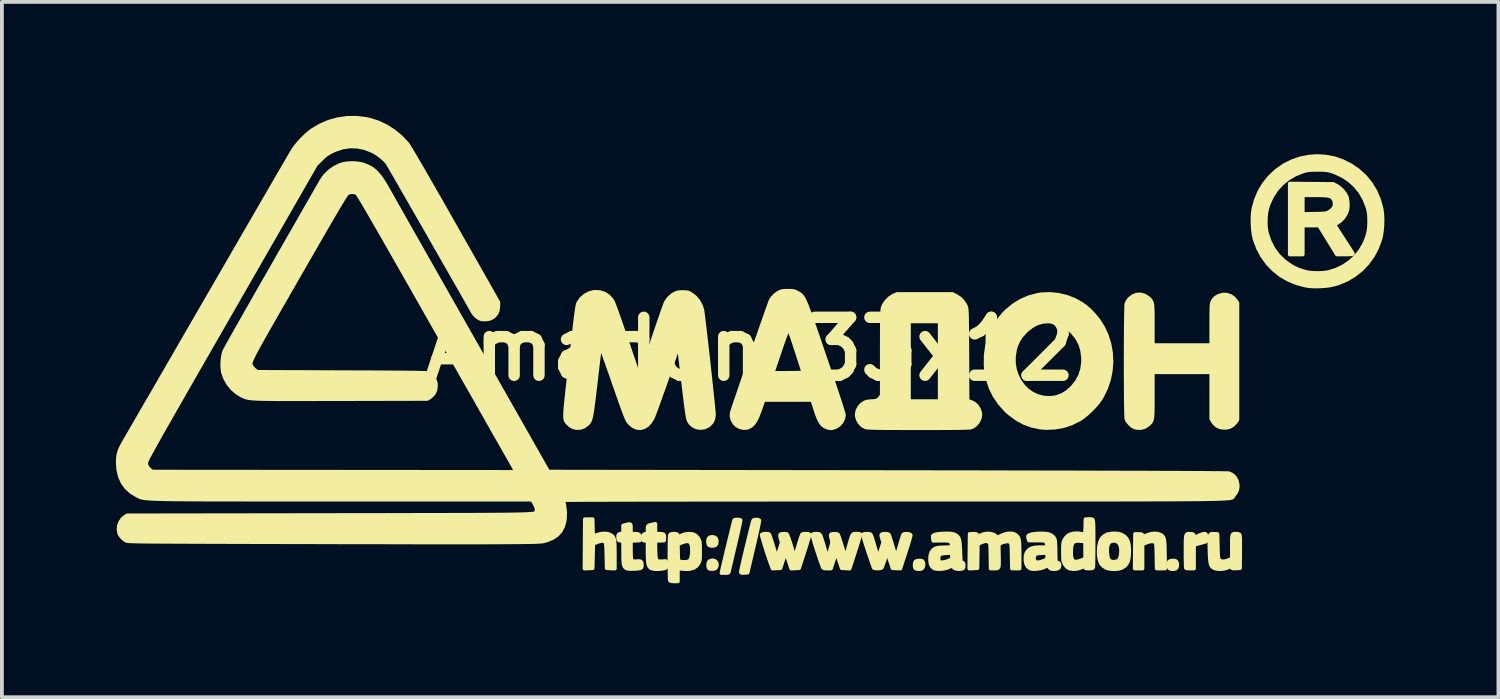
<source format=kicad_pcb>
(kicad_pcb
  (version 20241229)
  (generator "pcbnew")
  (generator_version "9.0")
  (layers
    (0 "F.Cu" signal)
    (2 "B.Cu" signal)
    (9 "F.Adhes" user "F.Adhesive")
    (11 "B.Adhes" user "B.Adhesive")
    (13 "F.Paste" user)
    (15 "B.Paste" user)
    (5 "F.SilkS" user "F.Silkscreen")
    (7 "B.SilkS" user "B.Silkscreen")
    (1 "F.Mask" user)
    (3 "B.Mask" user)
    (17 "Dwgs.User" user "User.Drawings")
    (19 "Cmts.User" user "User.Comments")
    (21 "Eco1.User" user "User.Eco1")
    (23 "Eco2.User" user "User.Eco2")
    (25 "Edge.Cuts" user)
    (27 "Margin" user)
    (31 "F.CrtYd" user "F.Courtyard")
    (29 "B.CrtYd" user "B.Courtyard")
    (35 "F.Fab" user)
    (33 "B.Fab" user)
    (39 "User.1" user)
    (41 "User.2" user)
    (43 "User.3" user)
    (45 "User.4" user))
  (footprint "Amadon_33x12"
    (layer "F.Cu")
    (at 16.684 6.135)
    (property "Reference" "Amadon_33x12" (at 0 0 0) (layer "F.SilkS") (effects (font (size 1.524 1.524) (thickness 0.3))))
    (attr through_hole)
    (fp_poly (pts (xy -0.873 5.063) (xy -0.88 5.121) (xy -0.902 5.155) (xy -0.905 5.158) (xy -0.954 5.177) (xy -1.014 5.179) (xy -1.068 5.165) (xy -1.071 5.163) (xy -1.091 5.14) (xy -1.1 5.097) (xy -1.101 5.063) (xy -1.094 5) (xy -1.07 4.963) (xy -1.023 4.946) (xy -0.986 4.945) (xy -0.925 4.956) (xy -0.888 4.991) (xy -0.873 5.05) (xy -0.873 5.063)) (stroke (width 0.1) (type solid)) (fill yes) (layer "F.SilkS"))
    (fp_poly (pts (xy 11.243 5.672) (xy 11.238 5.726) (xy 11.226 5.758) (xy 11.197 5.781) (xy 11.15 5.791) (xy 11.096 5.79) (xy 11.05 5.776) (xy 11.033 5.765) (xy 11.013 5.724) (xy 11.008 5.669) (xy 11.019 5.616) (xy 11.029 5.597) (xy 11.062 5.577) (xy 11.113 5.567) (xy 11.168 5.569) (xy 11.212 5.583) (xy 11.218 5.588) (xy 11.236 5.621) (xy 11.243 5.672)) (stroke (width 0.1) (type solid)) (fill yes) (layer "F.SilkS"))
    (fp_poly (pts (xy -0.869 5.656) (xy -0.876 5.716) (xy -0.883 5.734) (xy -0.903 5.765) (xy -0.932 5.781) (xy -0.982 5.788) (xy -0.984 5.788) (xy -1.047 5.786) (xy -1.081 5.769) (xy -1.082 5.768) (xy -1.094 5.736) (xy -1.098 5.686) (xy -1.097 5.67) (xy -1.09 5.62) (xy -1.072 5.591) (xy -1.046 5.575) (xy -0.984 5.56) (xy -0.929 5.572) (xy -0.889 5.606) (xy -0.869 5.656)) (stroke (width 0.1) (type solid)) (fill yes) (layer "F.SilkS"))
    (fp_poly (pts (xy 4.566 5.656) (xy 4.563 5.709) (xy 4.548 5.749) (xy 4.522 5.777) (xy 4.485 5.789) (xy 4.448 5.791) (xy 4.398 5.787) (xy 4.362 5.775) (xy 4.355 5.771) (xy 4.34 5.737) (xy 4.335 5.687) (xy 4.34 5.635) (xy 4.354 5.595) (xy 4.361 5.588) (xy 4.395 5.574) (xy 4.446 5.567) (xy 4.498 5.568) (xy 4.535 5.578) (xy 4.535 5.578) (xy 4.556 5.608) (xy 4.566 5.656)) (stroke (width 0.1) (type solid)) (fill yes) (layer "F.SilkS"))
    (fp_poly (pts (xy 0.247 4.511) (xy 0.245 4.532) (xy 0.236 4.582) (xy 0.221 4.658) (xy 0.2 4.757) (xy 0.174 4.873) (xy 0.144 5.005) (xy 0.111 5.148) (xy 0.097 5.209) (xy -0.062 5.884) (xy -0.15 5.889) (xy -0.202 5.891) (xy -0.228 5.886) (xy -0.237 5.871) (xy -0.237 5.864) (xy -0.234 5.839) (xy -0.223 5.785) (xy -0.206 5.708) (xy -0.184 5.612) (xy -0.158 5.5) (xy -0.129 5.378) (xy -0.099 5.25) (xy -0.067 5.119) (xy -0.036 4.991) (xy -0.006 4.869) (xy 0.021 4.758) (xy 0.046 4.662) (xy 0.066 4.586) (xy 0.08 4.534) (xy 0.088 4.509) (xy 0.089 4.508) (xy 0.117 4.494) (xy 0.16 4.488) (xy 0.206 4.49) (xy 0.239 4.502) (xy 0.247 4.511)) (stroke (width 0.1) (type solid)) (fill yes) (layer "F.SilkS"))
    (fp_poly (pts (xy -0.247 4.502) (xy -0.249 4.521) (xy -0.258 4.569) (xy -0.273 4.643) (xy -0.294 4.739) (xy -0.319 4.853) (xy -0.349 4.982) (xy -0.382 5.122) (xy -0.388 5.149) (xy -0.422 5.293) (xy -0.454 5.428) (xy -0.482 5.55) (xy -0.507 5.656) (xy -0.527 5.742) (xy -0.542 5.803) (xy -0.549 5.836) (xy -0.55 5.838) (xy -0.558 5.869) (xy -0.572 5.886) (xy -0.602 5.892) (xy -0.655 5.893) (xy -0.748 5.893) (xy -0.736 5.838) (xy -0.726 5.791) (xy -0.709 5.72) (xy -0.688 5.628) (xy -0.662 5.521) (xy -0.634 5.402) (xy -0.604 5.275) (xy -0.572 5.145) (xy -0.541 5.017) (xy -0.511 4.894) (xy -0.484 4.78) (xy -0.459 4.68) (xy -0.439 4.599) (xy -0.424 4.54) (xy -0.415 4.507) (xy -0.414 4.502) (xy -0.392 4.493) (xy -0.35 4.488) (xy -0.303 4.488) (xy -0.264 4.493) (xy -0.247 4.502)) (stroke (width 0.1) (type solid)) (fill yes) (layer "F.SilkS"))
    (fp_poly (pts (xy 12.023 4.993) (xy 12.016 5.045) (xy 11.993 5.068) (xy 11.993 5.068) (xy 11.964 5.076) (xy 11.911 5.091) (xy 11.846 5.108) (xy 11.824 5.114) (xy 11.684 5.152) (xy 11.684 5.463) (xy 11.684 5.774) (xy 11.585 5.774) (xy 11.53 5.772) (xy 11.49 5.768) (xy 11.475 5.763) (xy 11.472 5.744) (xy 11.469 5.695) (xy 11.467 5.622) (xy 11.465 5.529) (xy 11.464 5.421) (xy 11.464 5.325) (xy 11.464 5.187) (xy 11.465 5.078) (xy 11.467 4.997) (xy 11.473 4.938) (xy 11.482 4.899) (xy 11.496 4.876) (xy 11.516 4.864) (xy 11.543 4.861) (xy 11.578 4.862) (xy 11.594 4.863) (xy 11.643 4.868) (xy 11.668 4.878) (xy 11.678 4.899) (xy 11.681 4.92) (xy 11.686 4.972) (xy 11.797 4.916) (xy 11.859 4.888) (xy 11.915 4.868) (xy 11.954 4.86) (xy 11.955 4.86) (xy 11.989 4.866) (xy 12.007 4.891) (xy 12.012 4.913) (xy 12.023 4.993)) (stroke (width 0.1) (type solid)) (fill yes) (layer "F.SilkS"))
    (fp_poly (pts (xy 10.924 5.774) (xy 10.814 5.774) (xy 10.704 5.774) (xy 10.699 5.445) (xy 10.696 5.329) (xy 10.694 5.242) (xy 10.69 5.18) (xy 10.685 5.137) (xy 10.679 5.109) (xy 10.669 5.092) (xy 10.664 5.086) (xy 10.616 5.061) (xy 10.546 5.061) (xy 10.455 5.084) (xy 10.426 5.096) (xy 10.329 5.135) (xy 10.329 5.455) (xy 10.329 5.774) (xy 10.227 5.774) (xy 10.126 5.774) (xy 10.13 5.321) (xy 10.135 4.868) (xy 10.228 4.868) (xy 10.282 4.87) (xy 10.311 4.876) (xy 10.323 4.891) (xy 10.326 4.906) (xy 10.332 4.936) (xy 10.337 4.945) (xy 10.354 4.938) (xy 10.393 4.921) (xy 10.442 4.899) (xy 10.539 4.866) (xy 10.64 4.853) (xy 10.733 4.86) (xy 10.799 4.883) (xy 10.833 4.903) (xy 10.86 4.926) (xy 10.88 4.956) (xy 10.895 4.998) (xy 10.905 5.056) (xy 10.912 5.134) (xy 10.916 5.237) (xy 10.918 5.368) (xy 10.919 5.397) (xy 10.924 5.774)) (stroke (width 0.1) (type solid)) (fill yes) (layer "F.SilkS"))
    (fp_poly (pts (xy -3.556 5.776) (xy -3.662 5.771) (xy -3.768 5.766) (xy -3.776 5.43) (xy -3.779 5.314) (xy -3.782 5.228) (xy -3.786 5.166) (xy -3.791 5.124) (xy -3.797 5.097) (xy -3.806 5.081) (xy -3.817 5.07) (xy -3.817 5.07) (xy -3.862 5.05) (xy -3.92 5.051) (xy -3.996 5.072) (xy -4.03 5.085) (xy -4.123 5.123) (xy -4.132 5.444) (xy -4.14 5.766) (xy -4.246 5.771) (xy -4.352 5.776) (xy -4.348 5.127) (xy -4.343 4.479) (xy -4.242 4.479) (xy -4.14 4.479) (xy -4.135 4.703) (xy -4.133 4.786) (xy -4.131 4.855) (xy -4.129 4.904) (xy -4.127 4.927) (xy -4.127 4.928) (xy -4.111 4.922) (xy -4.072 4.907) (xy -4.03 4.891) (xy -3.933 4.864) (xy -3.835 4.854) (xy -3.744 4.862) (xy -3.673 4.887) (xy -3.638 4.91) (xy -3.61 4.935) (xy -3.59 4.968) (xy -3.575 5.011) (xy -3.565 5.071) (xy -3.56 5.151) (xy -3.557 5.256) (xy -3.556 5.389) (xy -3.556 5.407) (xy -3.556 5.776)) (stroke (width 0.1) (type solid)) (fill yes) (layer "F.SilkS"))
    (fp_poly (pts (xy -2.19 5.729) (xy -2.191 5.734) (xy -2.216 5.756) (xy -2.265 5.773) (xy -2.332 5.785) (xy -2.406 5.791) (xy -2.481 5.791) (xy -2.547 5.784) (xy -2.596 5.769) (xy -2.606 5.764) (xy -2.635 5.738) (xy -2.657 5.706) (xy -2.673 5.662) (xy -2.683 5.601) (xy -2.689 5.519) (xy -2.692 5.41) (xy -2.692 5.335) (xy -2.692 5.046) (xy -2.751 5.046) (xy -2.793 5.042) (xy -2.814 5.024) (xy -2.822 5.001) (xy -2.825 4.938) (xy -2.805 4.891) (xy -2.762 4.865) (xy -2.747 4.863) (xy -2.692 4.858) (xy -2.692 4.757) (xy -2.691 4.7) (xy -2.685 4.667) (xy -2.67 4.649) (xy -2.646 4.638) (xy -2.594 4.622) (xy -2.544 4.611) (xy -2.489 4.601) (xy -2.489 4.731) (xy -2.489 4.86) (xy -2.392 4.86) (xy -2.322 4.863) (xy -2.28 4.873) (xy -2.259 4.896) (xy -2.254 4.936) (xy -2.255 4.963) (xy -2.261 5.038) (xy -2.376 5.043) (xy -2.492 5.048) (xy -2.487 5.294) (xy -2.483 5.401) (xy -2.478 5.479) (xy -2.467 5.532) (xy -2.449 5.565) (xy -2.42 5.581) (xy -2.378 5.587) (xy -2.32 5.585) (xy -2.312 5.585) (xy -2.212 5.58) (xy -2.198 5.647) (xy -2.19 5.694) (xy -2.19 5.729)) (stroke (width 0.1) (type solid)) (fill yes) (layer "F.SilkS"))
    (fp_poly (pts (xy 9.98 5.334) (xy 9.973 5.463) (xy 9.954 5.565) (xy 9.919 5.644) (xy 9.868 5.704) (xy 9.797 5.751) (xy 9.779 5.759) (xy 9.767 5.763) (xy 9.767 5.334) (xy 9.763 5.241) (xy 9.761 5.228) (xy 9.738 5.142) (xy 9.694 5.083) (xy 9.63 5.052) (xy 9.576 5.046) (xy 9.506 5.056) (xy 9.454 5.088) (xy 9.42 5.143) (xy 9.402 5.224) (xy 9.399 5.333) (xy 9.402 5.373) (xy 9.414 5.47) (xy 9.438 5.538) (xy 9.477 5.579) (xy 9.534 5.598) (xy 9.601 5.598) (xy 9.665 5.584) (xy 9.709 5.553) (xy 9.713 5.549) (xy 9.74 5.497) (xy 9.759 5.422) (xy 9.767 5.334) (xy 9.767 5.763) (xy 9.701 5.783) (xy 9.605 5.792) (xy 9.505 5.789) (xy 9.414 5.772) (xy 9.364 5.753) (xy 9.291 5.704) (xy 9.237 5.639) (xy 9.202 5.554) (xy 9.183 5.445) (xy 9.178 5.332) (xy 9.187 5.188) (xy 9.214 5.071) (xy 9.26 4.98) (xy 9.327 4.915) (xy 9.416 4.873) (xy 9.528 4.854) (xy 9.576 4.852) (xy 9.657 4.855) (xy 9.717 4.864) (xy 9.771 4.882) (xy 9.792 4.891) (xy 9.863 4.936) (xy 9.915 4.993) (xy 9.951 5.067) (xy 9.972 5.163) (xy 9.98 5.285) (xy 9.98 5.334)) (stroke (width 0.1) (type solid)) (fill yes) (layer "F.SilkS"))
    (fp_poly (pts (xy -2.845 5.683) (xy -2.847 5.721) (xy -2.856 5.748) (xy -2.878 5.765) (xy -2.919 5.775) (xy -2.984 5.781) (xy -3.056 5.785) (xy -3.144 5.787) (xy -3.204 5.783) (xy -3.243 5.772) (xy -3.249 5.769) (xy -3.278 5.749) (xy -3.299 5.726) (xy -3.314 5.694) (xy -3.325 5.648) (xy -3.331 5.583) (xy -3.334 5.495) (xy -3.335 5.379) (xy -3.335 5.356) (xy -3.336 5.048) (xy -3.399 5.043) (xy -3.439 5.038) (xy -3.458 5.024) (xy -3.466 4.992) (xy -3.468 4.963) (xy -3.467 4.906) (xy -3.448 4.874) (xy -3.408 4.861) (xy -3.382 4.86) (xy -3.357 4.858) (xy -3.343 4.849) (xy -3.337 4.823) (xy -3.336 4.773) (xy -3.336 4.752) (xy -3.336 4.644) (xy -3.261 4.625) (xy -3.198 4.61) (xy -3.16 4.608) (xy -3.141 4.623) (xy -3.134 4.662) (xy -3.133 4.729) (xy -3.133 4.733) (xy -3.133 4.86) (xy -3.033 4.86) (xy -2.963 4.864) (xy -2.921 4.881) (xy -2.901 4.913) (xy -2.898 4.966) (xy -2.899 4.973) (xy -2.904 5.038) (xy -3.018 5.043) (xy -3.133 5.048) (xy -3.133 5.291) (xy -3.132 5.4) (xy -3.128 5.479) (xy -3.12 5.532) (xy -3.103 5.566) (xy -3.077 5.582) (xy -3.039 5.587) (xy -2.986 5.584) (xy -2.979 5.583) (xy -2.912 5.581) (xy -2.871 5.591) (xy -2.851 5.619) (xy -2.845 5.669) (xy -2.845 5.683)) (stroke (width 0.1) (type solid)) (fill yes) (layer "F.SilkS"))
    (fp_poly (pts (xy 12.9 5.127) (xy 12.9 5.261) (xy 12.899 5.336) (xy 12.895 5.766) (xy 12.789 5.771) (xy 12.731 5.773) (xy 12.699 5.77) (xy 12.686 5.759) (xy 12.683 5.741) (xy 12.683 5.72) (xy 12.677 5.71) (xy 12.658 5.713) (xy 12.621 5.729) (xy 12.579 5.749) (xy 12.492 5.777) (xy 12.396 5.791) (xy 12.303 5.788) (xy 12.225 5.769) (xy 12.214 5.764) (xy 12.18 5.744) (xy 12.154 5.718) (xy 12.134 5.682) (xy 12.119 5.632) (xy 12.109 5.564) (xy 12.101 5.472) (xy 12.096 5.353) (xy 12.094 5.275) (xy 12.091 5.145) (xy 12.091 5.046) (xy 12.093 4.972) (xy 12.1 4.921) (xy 12.112 4.888) (xy 12.132 4.87) (xy 12.158 4.863) (xy 12.194 4.862) (xy 12.214 4.863) (xy 12.302 4.868) (xy 12.311 5.194) (xy 12.314 5.307) (xy 12.317 5.392) (xy 12.321 5.452) (xy 12.326 5.494) (xy 12.333 5.522) (xy 12.343 5.541) (xy 12.355 5.555) (xy 12.356 5.557) (xy 12.409 5.586) (xy 12.482 5.588) (xy 12.573 5.563) (xy 12.598 5.553) (xy 12.683 5.516) (xy 12.683 5.198) (xy 12.683 5.083) (xy 12.684 4.998) (xy 12.688 4.937) (xy 12.696 4.898) (xy 12.709 4.875) (xy 12.729 4.863) (xy 12.759 4.86) (xy 12.798 4.86) (xy 12.801 4.86) (xy 12.848 4.866) (xy 12.881 4.88) (xy 12.884 4.883) (xy 12.891 4.904) (xy 12.896 4.951) (xy 12.899 5.024) (xy 12.9 5.127)) (stroke (width 0.1) (type solid)) (fill yes) (layer "F.SilkS"))
    (fp_poly (pts (xy 1.567 4.881) (xy 1.563 4.902) (xy 1.551 4.951) (xy 1.53 5.023) (xy 1.503 5.114) (xy 1.47 5.22) (xy 1.433 5.334) (xy 1.293 5.766) (xy 1.19 5.771) (xy 1.087 5.776) (xy 1.015 5.559) (xy 0.943 5.342) (xy 0.872 5.554) (xy 0.802 5.766) (xy 0.699 5.771) (xy 0.596 5.776) (xy 0.563 5.686) (xy 0.529 5.594) (xy 0.494 5.49) (xy 0.458 5.382) (xy 0.422 5.273) (xy 0.389 5.168) (xy 0.36 5.073) (xy 0.336 4.992) (xy 0.319 4.93) (xy 0.311 4.893) (xy 0.311 4.885) (xy 0.332 4.871) (xy 0.374 4.862) (xy 0.426 4.859) (xy 0.473 4.863) (xy 0.503 4.873) (xy 0.514 4.893) (xy 0.532 4.94) (xy 0.556 5.009) (xy 0.584 5.095) (xy 0.613 5.192) (xy 0.614 5.195) (xy 0.706 5.505) (xy 0.773 5.297) (xy 0.84 5.088) (xy 0.811 4.995) (xy 0.795 4.93) (xy 0.795 4.891) (xy 0.8 4.881) (xy 0.827 4.868) (xy 0.874 4.861) (xy 0.926 4.861) (xy 0.969 4.869) (xy 0.97 4.869) (xy 0.983 4.888) (xy 1.003 4.936) (xy 1.029 5.008) (xy 1.06 5.1) (xy 1.085 5.182) (xy 1.113 5.276) (xy 1.139 5.358) (xy 1.16 5.423) (xy 1.175 5.465) (xy 1.181 5.479) (xy 1.181 5.479) (xy 1.188 5.462) (xy 1.202 5.417) (xy 1.222 5.35) (xy 1.247 5.267) (xy 1.272 5.18) (xy 1.3 5.085) (xy 1.327 5.001) (xy 1.35 4.934) (xy 1.367 4.89) (xy 1.377 4.873) (xy 1.409 4.863) (xy 1.456 4.86) (xy 1.506 4.862) (xy 1.547 4.869) (xy 1.567 4.881)) (stroke (width 0.1) (type solid)) (fill yes) (layer "F.SilkS"))
    (fp_poly (pts (xy 2.902 4.874) (xy 2.9 4.894) (xy 2.888 4.941) (xy 2.867 5.011) (xy 2.84 5.101) (xy 2.808 5.207) (xy 2.77 5.322) (xy 2.767 5.332) (xy 2.623 5.776) (xy 2.519 5.771) (xy 2.416 5.766) (xy 2.345 5.554) (xy 2.275 5.342) (xy 2.203 5.558) (xy 2.131 5.774) (xy 2.03 5.774) (xy 1.973 5.773) (xy 1.94 5.766) (xy 1.923 5.752) (xy 1.915 5.736) (xy 1.879 5.636) (xy 1.841 5.527) (xy 1.803 5.414) (xy 1.765 5.3) (xy 1.73 5.191) (xy 1.7 5.092) (xy 1.675 5.008) (xy 1.657 4.943) (xy 1.648 4.901) (xy 1.647 4.889) (xy 1.663 4.871) (xy 1.698 4.862) (xy 1.743 4.86) (xy 1.798 4.863) (xy 1.83 4.874) (xy 1.852 4.898) (xy 1.852 4.898) (xy 1.864 4.926) (xy 1.883 4.981) (xy 1.908 5.056) (xy 1.935 5.145) (xy 1.958 5.222) (xy 2.04 5.507) (xy 2.106 5.298) (xy 2.133 5.211) (xy 2.151 5.149) (xy 2.16 5.104) (xy 2.162 5.07) (xy 2.158 5.04) (xy 2.151 5.012) (xy 2.133 4.944) (xy 2.127 4.901) (xy 2.137 4.878) (xy 2.166 4.867) (xy 2.211 4.863) (xy 2.276 4.865) (xy 2.313 4.878) (xy 2.316 4.881) (xy 2.327 4.903) (xy 2.345 4.953) (xy 2.369 5.024) (xy 2.397 5.111) (xy 2.425 5.201) (xy 2.516 5.499) (xy 2.59 5.235) (xy 2.623 5.115) (xy 2.649 5.024) (xy 2.67 4.957) (xy 2.688 4.912) (xy 2.706 4.883) (xy 2.725 4.868) (xy 2.747 4.861) (xy 2.776 4.86) (xy 2.801 4.86) (xy 2.854 4.862) (xy 2.891 4.869) (xy 2.902 4.874)) (stroke (width 0.1) (type solid)) (fill yes) (layer "F.SilkS"))
    (fp_poly (pts (xy 7.095 5.774) (xy 6.995 5.774) (xy 6.895 5.774) (xy 6.889 5.445) (xy 6.887 5.329) (xy 6.884 5.242) (xy 6.88 5.18) (xy 6.875 5.137) (xy 6.868 5.109) (xy 6.859 5.092) (xy 6.854 5.086) (xy 6.807 5.062) (xy 6.74 5.062) (xy 6.655 5.084) (xy 6.628 5.095) (xy 6.545 5.131) (xy 6.55 5.412) (xy 6.553 5.531) (xy 6.553 5.621) (xy 6.551 5.686) (xy 6.544 5.729) (xy 6.531 5.755) (xy 6.511 5.769) (xy 6.483 5.774) (xy 6.445 5.774) (xy 6.435 5.774) (xy 6.335 5.774) (xy 6.33 5.443) (xy 6.328 5.329) (xy 6.326 5.244) (xy 6.323 5.183) (xy 6.319 5.142) (xy 6.313 5.115) (xy 6.304 5.097) (xy 6.292 5.085) (xy 6.284 5.078) (xy 6.246 5.057) (xy 6.2 5.054) (xy 6.139 5.069) (xy 6.067 5.098) (xy 5.995 5.129) (xy 5.991 5.447) (xy 5.986 5.766) (xy 5.88 5.771) (xy 5.774 5.776) (xy 5.778 5.322) (xy 5.783 4.868) (xy 5.849 4.863) (xy 5.926 4.863) (xy 5.975 4.877) (xy 5.994 4.906) (xy 5.994 4.91) (xy 5.996 4.931) (xy 6.007 4.934) (xy 6.035 4.919) (xy 6.049 4.911) (xy 6.139 4.872) (xy 6.235 4.855) (xy 6.329 4.858) (xy 6.412 4.882) (xy 6.469 4.919) (xy 6.511 4.96) (xy 6.618 4.907) (xy 6.714 4.87) (xy 6.81 4.852) (xy 6.898 4.854) (xy 6.97 4.876) (xy 6.989 4.888) (xy 7.022 4.914) (xy 7.047 4.942) (xy 7.065 4.976) (xy 7.079 5.022) (xy 7.087 5.083) (xy 7.092 5.165) (xy 7.094 5.271) (xy 7.095 5.406) (xy 7.095 5.774)) (stroke (width 0.1) (type solid)) (fill yes) (layer "F.SilkS"))
    (fp_poly (pts (xy 15.867 -2.505) (xy 15.851 -2.499) (xy 15.807 -2.494) (xy 15.74 -2.49) (xy 15.658 -2.489) (xy 15.657 -2.489) (xy 15.447 -2.489) (xy 15.212 -2.87) (xy 14.978 -3.25) (xy 14.762 -3.251) (xy 14.546 -3.251) (xy 14.546 -2.87) (xy 14.546 -2.489) (xy 14.376 -2.489) (xy 14.207 -2.489) (xy 14.207 -3.421) (xy 14.207 -4.354) (xy 14.779 -4.348) (xy 15.35 -4.343) (xy 15.437 -4.298) (xy 15.518 -4.243) (xy 15.595 -4.17) (xy 15.659 -4.088) (xy 15.702 -4.008) (xy 15.704 -4.002) (xy 15.719 -3.94) (xy 15.728 -3.86) (xy 15.731 -3.794) (xy 15.728 -3.716) (xy 15.718 -3.654) (xy 15.696 -3.594) (xy 15.683 -3.564) (xy 15.62 -3.463) (xy 15.536 -3.374) (xy 15.441 -3.31) (xy 15.44 -3.309) (xy 15.402 -3.29) (xy 15.39 -3.283) (xy 15.39 -3.804) (xy 15.38 -3.886) (xy 15.367 -3.917) (xy 15.346 -3.958) (xy 15.321 -3.989) (xy 15.29 -4.012) (xy 15.246 -4.028) (xy 15.186 -4.038) (xy 15.106 -4.044) (xy 14.999 -4.047) (xy 14.887 -4.047) (xy 14.546 -4.047) (xy 14.546 -3.8) (xy 14.546 -3.553) (xy 14.855 -3.559) (xy 14.967 -3.561) (xy 15.05 -3.564) (xy 15.112 -3.568) (xy 15.156 -3.574) (xy 15.189 -3.582) (xy 15.217 -3.594) (xy 15.232 -3.601) (xy 15.315 -3.66) (xy 15.369 -3.728) (xy 15.39 -3.804) (xy 15.39 -3.283) (xy 15.38 -3.277) (xy 15.379 -3.276) (xy 15.386 -3.261) (xy 15.41 -3.222) (xy 15.448 -3.162) (xy 15.497 -3.085) (xy 15.556 -2.994) (xy 15.62 -2.896) (xy 15.686 -2.796) (xy 15.745 -2.704) (xy 15.795 -2.625) (xy 15.834 -2.563) (xy 15.858 -2.522) (xy 15.867 -2.505)) (stroke (width 0.1) (type solid)) (fill yes) (layer "F.SilkS"))
    (fp_poly (pts (xy 8.145 5.698) (xy 8.136 5.744) (xy 8.106 5.773) (xy 8.052 5.788) (xy 7.99 5.791) (xy 7.934 5.784) (xy 7.89 5.757) (xy 7.876 5.742) (xy 7.83 5.694) (xy 7.823 5.697) (xy 7.823 5.533) (xy 7.823 5.449) (xy 7.823 5.364) (xy 7.678 5.37) (xy 7.605 5.374) (xy 7.558 5.38) (xy 7.529 5.391) (xy 7.507 5.408) (xy 7.499 5.417) (xy 7.474 5.469) (xy 7.471 5.525) (xy 7.489 5.574) (xy 7.518 5.6) (xy 7.564 5.613) (xy 7.623 5.608) (xy 7.699 5.585) (xy 7.743 5.567) (xy 7.823 5.533) (xy 7.823 5.697) (xy 7.746 5.737) (xy 7.678 5.763) (xy 7.597 5.78) (xy 7.512 5.789) (xy 7.435 5.788) (xy 7.377 5.775) (xy 7.368 5.771) (xy 7.306 5.721) (xy 7.268 5.647) (xy 7.251 5.556) (xy 7.253 5.449) (xy 7.278 5.364) (xy 7.327 5.298) (xy 7.328 5.297) (xy 7.376 5.261) (xy 7.432 5.237) (xy 7.504 5.222) (xy 7.599 5.216) (xy 7.656 5.215) (xy 7.823 5.215) (xy 7.823 5.167) (xy 7.812 5.117) (xy 7.791 5.078) (xy 7.775 5.061) (xy 7.757 5.05) (xy 7.729 5.043) (xy 7.685 5.039) (xy 7.618 5.038) (xy 7.551 5.038) (xy 7.344 5.038) (xy 7.328 4.991) (xy 7.319 4.948) (xy 7.321 4.919) (xy 7.347 4.896) (xy 7.404 4.877) (xy 7.488 4.863) (xy 7.595 4.855) (xy 7.654 4.853) (xy 7.768 4.856) (xy 7.854 4.869) (xy 7.921 4.895) (xy 7.972 4.934) (xy 8 4.967) (xy 8.013 4.987) (xy 8.022 5.012) (xy 8.029 5.046) (xy 8.034 5.095) (xy 8.037 5.165) (xy 8.04 5.262) (xy 8.041 5.309) (xy 8.047 5.603) (xy 8.096 5.62) (xy 8.13 5.637) (xy 8.143 5.665) (xy 8.145 5.698)) (stroke (width 0.1) (type solid)) (fill yes) (layer "F.SilkS"))
    (fp_poly (pts (xy -1.312 5.317) (xy -1.313 5.414) (xy -1.314 5.485) (xy -1.318 5.535) (xy -1.325 5.573) (xy -1.337 5.604) (xy -1.353 5.635) (xy -1.355 5.639) (xy -1.41 5.711) (xy -1.484 5.76) (xy -1.524 5.77) (xy -1.524 5.307) (xy -1.529 5.2) (xy -1.547 5.124) (xy -1.58 5.076) (xy -1.63 5.056) (xy -1.7 5.062) (xy -1.792 5.091) (xy -1.817 5.101) (xy -1.897 5.135) (xy -1.893 5.357) (xy -1.891 5.447) (xy -1.888 5.509) (xy -1.884 5.548) (xy -1.877 5.571) (xy -1.866 5.582) (xy -1.85 5.589) (xy -1.846 5.59) (xy -1.782 5.601) (xy -1.711 5.603) (xy -1.646 5.596) (xy -1.6 5.582) (xy -1.596 5.579) (xy -1.56 5.534) (xy -1.536 5.459) (xy -1.525 5.353) (xy -1.524 5.307) (xy -1.524 5.77) (xy -1.58 5.786) (xy -1.667 5.791) (xy -1.737 5.789) (xy -1.801 5.783) (xy -1.842 5.775) (xy -1.897 5.76) (xy -1.897 5.936) (xy -1.897 6.113) (xy -1.996 6.113) (xy -2.058 6.11) (xy -2.092 6.102) (xy -2.106 6.086) (xy -2.109 6.063) (xy -2.111 6.011) (xy -2.113 5.933) (xy -2.115 5.833) (xy -2.116 5.716) (xy -2.116 5.586) (xy -2.117 5.48) (xy -2.116 5.311) (xy -2.115 5.174) (xy -2.113 5.066) (xy -2.111 4.985) (xy -2.107 4.929) (xy -2.102 4.894) (xy -2.096 4.88) (xy -2.066 4.867) (xy -2.016 4.86) (xy -1.963 4.862) (xy -1.923 4.87) (xy -1.901 4.894) (xy -1.897 4.912) (xy -1.896 4.933) (xy -1.89 4.941) (xy -1.871 4.938) (xy -1.833 4.921) (xy -1.792 4.902) (xy -1.697 4.869) (xy -1.6 4.86) (xy -1.505 4.87) (xy -1.432 4.902) (xy -1.375 4.96) (xy -1.351 4.999) (xy -1.336 5.031) (xy -1.325 5.063) (xy -1.318 5.102) (xy -1.314 5.155) (xy -1.313 5.229) (xy -1.312 5.317)) (stroke (width 0.1) (type solid)) (fill yes) (layer "F.SilkS"))
    (fp_poly (pts (xy 9.042 5.115) (xy 9.042 5.255) (xy 9.041 5.386) (xy 9.04 5.503) (xy 9.038 5.601) (xy 9.037 5.678) (xy 9.034 5.728) (xy 9.032 5.747) (xy 9.016 5.764) (xy 8.981 5.772) (xy 8.922 5.774) (xy 8.866 5.773) (xy 8.836 5.767) (xy 8.824 5.755) (xy 8.822 5.74) (xy 8.822 5.516) (xy 8.822 5.291) (xy 8.822 5.066) (xy 8.733 5.054) (xy 8.633 5.047) (xy 8.559 5.055) (xy 8.508 5.083) (xy 8.476 5.134) (xy 8.459 5.211) (xy 8.452 5.296) (xy 8.452 5.413) (xy 8.464 5.5) (xy 8.49 5.559) (xy 8.533 5.59) (xy 8.593 5.595) (xy 8.673 5.577) (xy 8.742 5.55) (xy 8.822 5.516) (xy 8.822 5.74) (xy 8.822 5.719) (xy 8.816 5.71) (xy 8.797 5.713) (xy 8.759 5.73) (xy 8.718 5.749) (xy 8.62 5.781) (xy 8.519 5.791) (xy 8.426 5.778) (xy 8.382 5.762) (xy 8.328 5.72) (xy 8.281 5.657) (xy 8.28 5.656) (xy 8.264 5.624) (xy 8.252 5.593) (xy 8.245 5.557) (xy 8.24 5.508) (xy 8.239 5.44) (xy 8.238 5.346) (xy 8.238 5.334) (xy 8.238 5.237) (xy 8.24 5.166) (xy 8.244 5.116) (xy 8.251 5.079) (xy 8.262 5.048) (xy 8.278 5.017) (xy 8.28 5.013) (xy 8.318 4.959) (xy 8.362 4.913) (xy 8.379 4.9) (xy 8.45 4.868) (xy 8.541 4.85) (xy 8.639 4.849) (xy 8.703 4.858) (xy 8.755 4.869) (xy 8.794 4.875) (xy 8.806 4.877) (xy 8.812 4.861) (xy 8.818 4.818) (xy 8.823 4.754) (xy 8.826 4.678) (xy 8.831 4.479) (xy 8.912 4.474) (xy 8.967 4.474) (xy 9.008 4.483) (xy 9.018 4.488) (xy 9.025 4.499) (xy 9.03 4.52) (xy 9.034 4.555) (xy 9.037 4.607) (xy 9.04 4.679) (xy 9.041 4.774) (xy 9.042 4.896) (xy 9.042 5.047) (xy 9.042 5.115)) (stroke (width 0.1) (type solid)) (fill yes) (layer "F.SilkS"))
    (fp_poly (pts (xy 4.23 4.897) (xy 4.226 4.92) (xy 4.213 4.971) (xy 4.192 5.045) (xy 4.164 5.137) (xy 4.131 5.243) (xy 4.096 5.35) (xy 3.957 5.776) (xy 3.855 5.771) (xy 3.753 5.766) (xy 3.683 5.554) (xy 3.612 5.342) (xy 3.548 5.537) (xy 3.522 5.615) (xy 3.498 5.681) (xy 3.478 5.73) (xy 3.467 5.753) (xy 3.441 5.765) (xy 3.396 5.772) (xy 3.343 5.774) (xy 3.294 5.77) (xy 3.263 5.76) (xy 3.259 5.756) (xy 3.251 5.736) (xy 3.234 5.688) (xy 3.209 5.617) (xy 3.178 5.526) (xy 3.142 5.422) (xy 3.106 5.313) (xy 3.061 5.176) (xy 3.026 5.068) (xy 3.002 4.987) (xy 2.987 4.929) (xy 2.981 4.893) (xy 2.983 4.876) (xy 2.985 4.874) (xy 3.019 4.864) (xy 3.069 4.86) (xy 3.122 4.863) (xy 3.164 4.872) (xy 3.18 4.881) (xy 3.19 4.904) (xy 3.208 4.953) (xy 3.231 5.024) (xy 3.257 5.109) (xy 3.278 5.182) (xy 3.305 5.274) (xy 3.33 5.355) (xy 3.35 5.419) (xy 3.364 5.461) (xy 3.369 5.474) (xy 3.378 5.463) (xy 3.395 5.427) (xy 3.417 5.369) (xy 3.442 5.295) (xy 3.445 5.286) (xy 3.51 5.086) (xy 3.481 4.998) (xy 3.466 4.944) (xy 3.459 4.901) (xy 3.461 4.885) (xy 3.482 4.87) (xy 3.525 4.861) (xy 3.575 4.86) (xy 3.622 4.866) (xy 3.652 4.879) (xy 3.653 4.881) (xy 3.664 4.904) (xy 3.681 4.953) (xy 3.704 5.023) (xy 3.731 5.108) (xy 3.751 5.173) (xy 3.778 5.265) (xy 3.803 5.346) (xy 3.824 5.411) (xy 3.838 5.453) (xy 3.843 5.466) (xy 3.851 5.457) (xy 3.866 5.421) (xy 3.886 5.361) (xy 3.911 5.283) (xy 3.936 5.195) (xy 3.964 5.099) (xy 3.989 5.014) (xy 4.011 4.945) (xy 4.027 4.899) (xy 4.036 4.88) (xy 4.063 4.866) (xy 4.108 4.861) (xy 4.159 4.864) (xy 4.202 4.875) (xy 4.228 4.892) (xy 4.23 4.897)) (stroke (width 0.1) (type solid)) (fill yes) (layer "F.SilkS"))
    (fp_poly (pts (xy 5.622 5.697) (xy 5.619 5.745) (xy 5.607 5.77) (xy 5.584 5.781) (xy 5.511 5.791) (xy 5.442 5.785) (xy 5.384 5.765) (xy 5.348 5.734) (xy 5.342 5.721) (xy 5.334 5.705) (xy 5.319 5.702) (xy 5.317 5.702) (xy 5.317 5.533) (xy 5.317 5.449) (xy 5.317 5.364) (xy 5.175 5.37) (xy 5.085 5.378) (xy 5.023 5.393) (xy 4.985 5.419) (xy 4.966 5.459) (xy 4.961 5.515) (xy 4.965 5.564) (xy 4.978 5.591) (xy 5 5.604) (xy 5.06 5.613) (xy 5.142 5.6) (xy 5.237 5.567) (xy 5.317 5.533) (xy 5.317 5.702) (xy 5.29 5.712) (xy 5.244 5.735) (xy 5.171 5.763) (xy 5.085 5.781) (xy 4.996 5.789) (xy 4.914 5.786) (xy 4.851 5.772) (xy 4.839 5.766) (xy 4.789 5.723) (xy 4.757 5.661) (xy 4.743 5.575) (xy 4.741 5.525) (xy 4.75 5.42) (xy 4.778 5.341) (xy 4.826 5.282) (xy 4.86 5.258) (xy 4.893 5.243) (xy 4.934 5.232) (xy 4.989 5.224) (xy 5.067 5.22) (xy 5.12 5.218) (xy 5.321 5.212) (xy 5.311 5.151) (xy 5.302 5.107) (xy 5.286 5.076) (xy 5.26 5.056) (xy 5.217 5.045) (xy 5.152 5.041) (xy 5.06 5.041) (xy 5.038 5.041) (xy 4.827 5.045) (xy 4.817 4.987) (xy 4.812 4.944) (xy 4.816 4.914) (xy 4.817 4.912) (xy 4.847 4.891) (xy 4.906 4.874) (xy 4.989 4.862) (xy 5.093 4.855) (xy 5.148 4.853) (xy 5.235 4.854) (xy 5.298 4.858) (xy 5.344 4.866) (xy 5.383 4.881) (xy 5.393 4.885) (xy 5.436 4.91) (xy 5.468 4.938) (xy 5.493 4.975) (xy 5.51 5.025) (xy 5.521 5.094) (xy 5.529 5.187) (xy 5.535 5.308) (xy 5.535 5.322) (xy 5.539 5.428) (xy 5.543 5.504) (xy 5.547 5.557) (xy 5.552 5.589) (xy 5.559 5.607) (xy 5.569 5.616) (xy 5.583 5.619) (xy 5.584 5.619) (xy 5.608 5.627) (xy 5.619 5.649) (xy 5.622 5.695) (xy 5.622 5.697)) (stroke (width 0.1) (type solid)) (fill yes) (layer "F.SilkS"))
    (fp_poly (pts (xy 9.513 0.334) (xy 9.495 0.571) (xy 9.448 0.806) (xy 9.37 1.034) (xy 9.263 1.253) (xy 9.233 1.304) (xy 9.162 1.403) (xy 9.07 1.511) (xy 8.965 1.619) (xy 8.854 1.72) (xy 8.767 1.788) (xy 8.767 0.343) (xy 8.766 0.22) (xy 8.743 0.038) (xy 8.694 -0.126) (xy 8.616 -0.275) (xy 8.508 -0.416) (xy 8.459 -0.467) (xy 8.326 -0.58) (xy 8.183 -0.661) (xy 8.03 -0.71) (xy 7.866 -0.728) (xy 7.856 -0.728) (xy 7.704 -0.716) (xy 7.564 -0.677) (xy 7.432 -0.609) (xy 7.304 -0.511) (xy 7.247 -0.458) (xy 7.14 -0.338) (xy 7.061 -0.216) (xy 7.003 -0.082) (xy 6.976 0.01) (xy 6.946 0.187) (xy 6.945 0.36) (xy 6.97 0.528) (xy 7.02 0.687) (xy 7.093 0.833) (xy 7.186 0.964) (xy 7.297 1.077) (xy 7.425 1.169) (xy 7.567 1.236) (xy 7.722 1.276) (xy 7.85 1.286) (xy 7.933 1.283) (xy 8.016 1.273) (xy 8.078 1.26) (xy 8.222 1.205) (xy 8.35 1.126) (xy 8.471 1.018) (xy 8.483 1.006) (xy 8.601 0.859) (xy 8.687 0.7) (xy 8.743 0.528) (xy 8.767 0.343) (xy 8.767 1.788) (xy 8.746 1.805) (xy 8.674 1.852) (xy 8.467 1.955) (xy 8.249 2.028) (xy 8.022 2.068) (xy 7.79 2.077) (xy 7.638 2.064) (xy 7.42 2.019) (xy 7.211 1.942) (xy 7.012 1.832) (xy 6.823 1.691) (xy 6.735 1.611) (xy 6.572 1.43) (xy 6.437 1.232) (xy 6.332 1.018) (xy 6.258 0.79) (xy 6.213 0.547) (xy 6.203 0.42) (xy 6.205 0.165) (xy 6.239 -0.08) (xy 6.304 -0.313) (xy 6.398 -0.532) (xy 6.523 -0.736) (xy 6.676 -0.924) (xy 6.753 -1.001) (xy 6.937 -1.153) (xy 7.134 -1.274) (xy 7.344 -1.364) (xy 7.565 -1.423) (xy 7.676 -1.44) (xy 7.896 -1.449) (xy 8.118 -1.426) (xy 8.337 -1.374) (xy 8.545 -1.293) (xy 8.739 -1.185) (xy 8.763 -1.168) (xy 8.864 -1.09) (xy 8.97 -0.993) (xy 9.072 -0.885) (xy 9.16 -0.778) (xy 9.161 -0.777) (xy 9.289 -0.577) (xy 9.389 -0.362) (xy 9.46 -0.136) (xy 9.501 0.097) (xy 9.513 0.334)) (stroke (width 0.1) (type solid)) (fill yes) (layer "F.SilkS"))
    (fp_poly (pts (xy 6.062 1.727) (xy 6.047 1.819) (xy 6.006 1.908) (xy 5.946 1.984) (xy 5.871 2.041) (xy 5.817 2.064) (xy 5.788 2.068) (xy 5.733 2.071) (xy 5.651 2.074) (xy 5.54 2.077) (xy 5.4 2.079) (xy 5.229 2.08) (xy 5.028 2.081) (xy 4.995 2.081) (xy 4.995 1.372) (xy 4.995 0.322) (xy 4.995 -0.728) (xy 4.589 -0.728) (xy 4.183 -0.728) (xy 4.183 0.322) (xy 4.183 1.372) (xy 4.589 1.372) (xy 4.995 1.372) (xy 4.995 2.081) (xy 4.795 2.082) (xy 4.529 2.082) (xy 4.428 2.082) (xy 4.178 2.082) (xy 3.96 2.081) (xy 3.771 2.081) (xy 3.61 2.08) (xy 3.474 2.079) (xy 3.36 2.077) (xy 3.268 2.075) (xy 3.195 2.073) (xy 3.138 2.07) (xy 3.095 2.067) (xy 3.065 2.063) (xy 3.044 2.059) (xy 3.04 2.057) (xy 2.958 2.012) (xy 2.889 1.942) (xy 2.839 1.855) (xy 2.813 1.761) (xy 2.811 1.727) (xy 2.827 1.628) (xy 2.872 1.536) (xy 2.939 1.458) (xy 3.022 1.403) (xy 3.097 1.381) (xy 3.191 1.372) (xy 3.2 1.372) (xy 3.287 1.366) (xy 3.351 1.348) (xy 3.399 1.314) (xy 3.433 1.271) (xy 3.471 1.214) (xy 3.471 0.102) (xy 3.471 -0.125) (xy 3.472 -0.32) (xy 3.472 -0.487) (xy 3.473 -0.627) (xy 3.475 -0.744) (xy 3.476 -0.839) (xy 3.479 -0.915) (xy 3.481 -0.976) (xy 3.485 -1.022) (xy 3.489 -1.057) (xy 3.494 -1.083) (xy 3.497 -1.097) (xy 3.537 -1.182) (xy 3.6 -1.268) (xy 3.679 -1.344) (xy 3.765 -1.4) (xy 3.78 -1.407) (xy 3.869 -1.448) (xy 4.597 -1.448) (xy 5.326 -1.448) (xy 5.422 -1.4) (xy 5.522 -1.336) (xy 5.607 -1.25) (xy 5.67 -1.152) (xy 5.684 -1.121) (xy 5.69 -1.104) (xy 5.695 -1.083) (xy 5.699 -1.057) (xy 5.703 -1.022) (xy 5.706 -0.977) (xy 5.709 -0.918) (xy 5.711 -0.844) (xy 5.713 -0.752) (xy 5.714 -0.639) (xy 5.716 -0.504) (xy 5.717 -0.342) (xy 5.718 -0.153) (xy 5.719 0.066) (xy 5.72 0.162) (xy 5.725 1.365) (xy 5.803 1.386) (xy 5.891 1.426) (xy 5.966 1.491) (xy 6.023 1.575) (xy 6.056 1.669) (xy 6.062 1.727)) (stroke (width 0.1) (type solid)) (fill yes) (layer "F.SilkS"))
    (fp_poly (pts (xy 12.827 1.857) (xy 12.78 1.925) (xy 12.707 2.003) (xy 12.617 2.053) (xy 12.51 2.073) (xy 12.488 2.073) (xy 12.378 2.059) (xy 12.286 2.018) (xy 12.213 1.949) (xy 12.191 1.918) (xy 12.141 1.839) (xy 12.141 1.224) (xy 12.141 0.61) (xy 11.371 0.61) (xy 10.6 0.61) (xy 10.6 1.211) (xy 10.6 1.379) (xy 10.6 1.517) (xy 10.598 1.628) (xy 10.595 1.716) (xy 10.589 1.785) (xy 10.581 1.837) (xy 10.57 1.877) (xy 10.555 1.909) (xy 10.536 1.935) (xy 10.512 1.96) (xy 10.486 1.984) (xy 10.393 2.047) (xy 10.292 2.077) (xy 10.184 2.075) (xy 10.126 2.061) (xy 10.065 2.029) (xy 10.002 1.976) (xy 9.948 1.912) (xy 9.912 1.849) (xy 9.907 1.835) (xy 9.904 1.806) (xy 9.901 1.746) (xy 9.898 1.658) (xy 9.896 1.546) (xy 9.894 1.412) (xy 9.892 1.26) (xy 9.891 1.092) (xy 9.89 0.912) (xy 9.889 0.723) (xy 9.888 0.527) (xy 9.888 0.328) (xy 9.889 0.129) (xy 9.889 -0.067) (xy 9.89 -0.257) (xy 9.891 -0.438) (xy 9.892 -0.607) (xy 9.894 -0.761) (xy 9.896 -0.896) (xy 9.899 -1.01) (xy 9.901 -1.099) (xy 9.904 -1.161) (xy 9.908 -1.193) (xy 9.908 -1.194) (xy 9.935 -1.251) (xy 9.979 -1.313) (xy 9.997 -1.331) (xy 10.084 -1.397) (xy 10.181 -1.432) (xy 10.281 -1.436) (xy 10.381 -1.409) (xy 10.474 -1.351) (xy 10.486 -1.341) (xy 10.516 -1.313) (xy 10.54 -1.287) (xy 10.559 -1.258) (xy 10.574 -1.224) (xy 10.585 -1.18) (xy 10.592 -1.122) (xy 10.596 -1.046) (xy 10.599 -0.95) (xy 10.6 -0.828) (xy 10.6 -0.676) (xy 10.6 -0.636) (xy 10.6 -0.102) (xy 11.371 -0.102) (xy 12.141 -0.102) (xy 12.141 -0.644) (xy 12.141 -0.795) (xy 12.142 -0.917) (xy 12.143 -1.012) (xy 12.145 -1.085) (xy 12.148 -1.139) (xy 12.152 -1.179) (xy 12.158 -1.209) (xy 12.165 -1.231) (xy 12.173 -1.25) (xy 12.21 -1.309) (xy 12.253 -1.353) (xy 12.316 -1.39) (xy 12.352 -1.407) (xy 12.451 -1.433) (xy 12.552 -1.429) (xy 12.648 -1.396) (xy 12.732 -1.337) (xy 12.78 -1.281) (xy 12.827 -1.214) (xy 12.827 0.322) (xy 12.827 1.857)) (stroke (width 0.1) (type solid)) (fill yes) (layer "F.SilkS"))
    (fp_poly (pts (xy 16.645 -3.421) (xy 16.643 -3.267) (xy 16.63 -3.116) (xy 16.609 -2.977) (xy 16.587 -2.887) (xy 16.502 -2.658) (xy 16.39 -2.447) (xy 16.296 -2.317) (xy 16.296 -3.37) (xy 16.294 -3.469) (xy 16.289 -3.547) (xy 16.28 -3.614) (xy 16.264 -3.681) (xy 16.249 -3.734) (xy 16.17 -3.939) (xy 16.064 -4.125) (xy 15.932 -4.29) (xy 15.776 -4.433) (xy 15.598 -4.552) (xy 15.398 -4.645) (xy 15.308 -4.676) (xy 15.25 -4.693) (xy 15.196 -4.704) (xy 15.136 -4.711) (xy 15.062 -4.715) (xy 14.966 -4.716) (xy 14.935 -4.716) (xy 14.831 -4.715) (xy 14.752 -4.712) (xy 14.689 -4.706) (xy 14.634 -4.696) (xy 14.579 -4.681) (xy 14.563 -4.676) (xy 14.355 -4.595) (xy 14.168 -4.486) (xy 14.002 -4.353) (xy 13.859 -4.196) (xy 13.742 -4.018) (xy 13.65 -3.819) (xy 13.612 -3.7) (xy 13.588 -3.587) (xy 13.575 -3.456) (xy 13.572 -3.319) (xy 13.579 -3.187) (xy 13.597 -3.073) (xy 13.603 -3.05) (xy 13.676 -2.836) (xy 13.775 -2.643) (xy 13.899 -2.473) (xy 14.05 -2.325) (xy 14.179 -2.228) (xy 14.296 -2.156) (xy 14.41 -2.101) (xy 14.533 -2.057) (xy 14.622 -2.031) (xy 14.723 -2.012) (xy 14.844 -2.002) (xy 14.974 -2) (xy 15.099 -2.006) (xy 15.207 -2.021) (xy 15.223 -2.024) (xy 15.427 -2.088) (xy 15.617 -2.18) (xy 15.789 -2.298) (xy 15.941 -2.439) (xy 16.07 -2.601) (xy 16.172 -2.781) (xy 16.198 -2.842) (xy 16.242 -2.96) (xy 16.271 -3.066) (xy 16.288 -3.172) (xy 16.295 -3.292) (xy 16.296 -3.37) (xy 16.296 -2.317) (xy 16.252 -2.257) (xy 16.091 -2.088) (xy 15.908 -1.943) (xy 15.706 -1.823) (xy 15.487 -1.732) (xy 15.359 -1.694) (xy 15.249 -1.672) (xy 15.119 -1.657) (xy 14.98 -1.649) (xy 14.843 -1.648) (xy 14.718 -1.655) (xy 14.636 -1.667) (xy 14.396 -1.729) (xy 14.173 -1.819) (xy 13.969 -1.937) (xy 13.785 -2.081) (xy 13.623 -2.249) (xy 13.484 -2.439) (xy 13.371 -2.651) (xy 13.284 -2.882) (xy 13.283 -2.887) (xy 13.255 -3.008) (xy 13.236 -3.15) (xy 13.226 -3.303) (xy 13.226 -3.456) (xy 13.235 -3.597) (xy 13.249 -3.69) (xy 13.313 -3.924) (xy 13.406 -4.144) (xy 13.527 -4.346) (xy 13.674 -4.529) (xy 13.846 -4.69) (xy 13.854 -4.697) (xy 14.051 -4.834) (xy 14.26 -4.94) (xy 14.478 -5.016) (xy 14.702 -5.062) (xy 14.93 -5.078) (xy 15.157 -5.063) (xy 15.382 -5.019) (xy 15.6 -4.944) (xy 15.81 -4.839) (xy 16.007 -4.704) (xy 16.016 -4.697) (xy 16.189 -4.538) (xy 16.337 -4.356) (xy 16.459 -4.154) (xy 16.554 -3.935) (xy 16.619 -3.702) (xy 16.621 -3.69) (xy 16.638 -3.566) (xy 16.645 -3.421)) (stroke (width 0.1) (type solid)) (fill yes) (layer "F.SilkS"))
    (fp_poly (pts (xy 2.472 1.736) (xy 2.456 1.831) (xy 2.412 1.919) (xy 2.346 1.993) (xy 2.264 2.049) (xy 2.172 2.079) (xy 2.125 2.083) (xy 2.042 2.069) (xy 1.961 2.032) (xy 1.913 1.995) (xy 1.876 1.952) (xy 1.841 1.897) (xy 1.806 1.827) (xy 1.77 1.736) (xy 1.73 1.618) (xy 1.712 1.562) (xy 1.641 1.338) (xy 1.405 1.338) (xy 1.405 0.616) (xy 1.4 0.598) (xy 1.386 0.551) (xy 1.364 0.48) (xy 1.334 0.388) (xy 1.299 0.279) (xy 1.259 0.156) (xy 1.224 0.048) (xy 1.175 -0.102) (xy 1.135 -0.223) (xy 1.103 -0.318) (xy 1.077 -0.389) (xy 1.057 -0.441) (xy 1.042 -0.475) (xy 1.029 -0.495) (xy 1.019 -0.503) (xy 1.011 -0.504) (xy 1 -0.498) (xy 0.987 -0.479) (xy 0.97 -0.446) (xy 0.949 -0.395) (xy 0.922 -0.323) (xy 0.888 -0.229) (xy 0.845 -0.108) (xy 0.794 0.043) (xy 0.787 0.064) (xy 0.596 0.627) (xy 1.001 0.627) (xy 1.114 0.626) (xy 1.215 0.625) (xy 1.299 0.623) (xy 1.361 0.621) (xy 1.398 0.618) (xy 1.405 0.616) (xy 1.405 1.338) (xy 1.001 1.338) (xy 0.36 1.338) (xy 0.287 1.545) (xy 0.255 1.634) (xy 0.222 1.721) (xy 0.191 1.795) (xy 0.168 1.846) (xy 0.102 1.952) (xy 0.025 2.026) (xy -0.062 2.069) (xy -0.158 2.079) (xy -0.262 2.057) (xy -0.347 2.011) (xy -0.415 1.941) (xy -0.462 1.856) (xy -0.484 1.763) (xy -0.478 1.676) (xy -0.47 1.648) (xy -0.451 1.591) (xy -0.423 1.508) (xy -0.388 1.402) (xy -0.345 1.275) (xy -0.295 1.131) (xy -0.241 0.971) (xy -0.182 0.8) (xy -0.12 0.62) (xy -0.055 0.433) (xy 0.011 0.243) (xy 0.077 0.052) (xy 0.143 -0.137) (xy 0.207 -0.32) (xy 0.268 -0.497) (xy 0.326 -0.662) (xy 0.38 -0.814) (xy 0.428 -0.95) (xy 0.469 -1.067) (xy 0.504 -1.162) (xy 0.529 -1.233) (xy 0.546 -1.276) (xy 0.55 -1.287) (xy 0.597 -1.354) (xy 0.665 -1.422) (xy 0.741 -1.479) (xy 0.767 -1.494) (xy 0.808 -1.513) (xy 0.852 -1.525) (xy 0.908 -1.531) (xy 0.986 -1.532) (xy 0.999 -1.532) (xy 1.077 -1.532) (xy 1.132 -1.527) (xy 1.175 -1.518) (xy 1.216 -1.5) (xy 1.253 -1.48) (xy 1.281 -1.464) (xy 1.307 -1.449) (xy 1.33 -1.433) (xy 1.352 -1.413) (xy 1.374 -1.388) (xy 1.396 -1.356) (xy 1.42 -1.315) (xy 1.445 -1.263) (xy 1.474 -1.198) (xy 1.506 -1.118) (xy 1.543 -1.02) (xy 1.586 -0.904) (xy 1.635 -0.767) (xy 1.691 -0.607) (xy 1.755 -0.422) (xy 1.828 -0.21) (xy 1.91 0.031) (xy 1.968 0.199) (xy 2.067 0.49) (xy 2.156 0.751) (xy 2.234 0.982) (xy 2.301 1.183) (xy 2.357 1.353) (xy 2.402 1.493) (xy 2.436 1.602) (xy 2.459 1.679) (xy 2.47 1.725) (xy 2.472 1.736)) (stroke (width 0.1) (type solid)) (fill yes) (layer "F.SilkS"))
    (fp_poly (pts (xy -0.948 1.722) (xy -0.962 1.833) (xy -1.003 1.924) (xy -1.072 1.998) (xy -1.109 2.024) (xy -1.205 2.065) (xy -1.305 2.077) (xy -1.403 2.061) (xy -1.492 2.019) (xy -1.566 1.953) (xy -1.605 1.894) (xy -1.614 1.874) (xy -1.623 1.849) (xy -1.631 1.816) (xy -1.64 1.772) (xy -1.65 1.715) (xy -1.661 1.641) (xy -1.674 1.549) (xy -1.689 1.435) (xy -1.706 1.297) (xy -1.726 1.131) (xy -1.749 0.936) (xy -1.759 0.855) (xy -1.872 -0.106) (xy -2.191 0.806) (xy -2.251 0.977) (xy -2.31 1.142) (xy -2.365 1.296) (xy -2.415 1.436) (xy -2.46 1.56) (xy -2.499 1.663) (xy -2.529 1.743) (xy -2.551 1.797) (xy -2.56 1.817) (xy -2.628 1.926) (xy -2.707 2.008) (xy -2.794 2.06) (xy -2.885 2.082) (xy -2.978 2.073) (xy -3.07 2.033) (xy -3.15 1.967) (xy -3.168 1.948) (xy -3.183 1.931) (xy -3.198 1.911) (xy -3.213 1.888) (xy -3.23 1.858) (xy -3.248 1.818) (xy -3.269 1.768) (xy -3.294 1.704) (xy -3.324 1.624) (xy -3.36 1.526) (xy -3.403 1.407) (xy -3.453 1.265) (xy -3.511 1.098) (xy -3.58 0.903) (xy -3.642 0.723) (xy -3.698 0.563) (xy -3.751 0.413) (xy -3.8 0.277) (xy -3.843 0.156) (xy -3.879 0.055) (xy -3.908 -0.024) (xy -3.928 -0.078) (xy -3.939 -0.104) (xy -3.941 -0.106) (xy -3.943 -0.088) (xy -3.95 -0.038) (xy -3.959 0.038) (xy -3.971 0.139) (xy -3.985 0.261) (xy -4.002 0.4) (xy -4.02 0.554) (xy -4.039 0.719) (xy -4.046 0.779) (xy -4.072 0.998) (xy -4.094 1.186) (xy -4.114 1.346) (xy -4.131 1.48) (xy -4.147 1.591) (xy -4.161 1.682) (xy -4.174 1.754) (xy -4.187 1.812) (xy -4.201 1.857) (xy -4.215 1.892) (xy -4.23 1.92) (xy -4.248 1.943) (xy -4.267 1.965) (xy -4.274 1.972) (xy -4.363 2.039) (xy -4.462 2.074) (xy -4.568 2.077) (xy -4.648 2.057) (xy -4.701 2.03) (xy -4.756 1.988) (xy -4.778 1.967) (xy -4.799 1.946) (xy -4.816 1.926) (xy -4.831 1.907) (xy -4.844 1.885) (xy -4.853 1.858) (xy -4.86 1.824) (xy -4.863 1.78) (xy -4.863 1.725) (xy -4.861 1.656) (xy -4.855 1.57) (xy -4.846 1.466) (xy -4.833 1.34) (xy -4.817 1.192) (xy -4.798 1.017) (xy -4.775 0.815) (xy -4.748 0.582) (xy -4.734 0.461) (xy -4.704 0.191) (xy -4.676 -0.047) (xy -4.652 -0.255) (xy -4.631 -0.436) (xy -4.613 -0.592) (xy -4.597 -0.724) (xy -4.583 -0.836) (xy -4.571 -0.928) (xy -4.561 -1.003) (xy -4.552 -1.063) (xy -4.544 -1.11) (xy -4.537 -1.146) (xy -4.53 -1.174) (xy -4.523 -1.195) (xy -4.517 -1.211) (xy -4.512 -1.22) (xy -4.44 -1.324) (xy -4.345 -1.408) (xy -4.233 -1.469) (xy -4.112 -1.501) (xy -4.089 -1.503) (xy -3.955 -1.498) (xy -3.835 -1.463) (xy -3.73 -1.397) (xy -3.642 -1.303) (xy -3.61 -1.254) (xy -3.597 -1.225) (xy -3.573 -1.166) (xy -3.542 -1.081) (xy -3.502 -0.973) (xy -3.457 -0.845) (xy -3.406 -0.701) (xy -3.351 -0.542) (xy -3.293 -0.373) (xy -3.233 -0.199) (xy -2.902 0.78) (xy -2.574 -0.19) (xy -2.515 -0.366) (xy -2.458 -0.533) (xy -2.405 -0.689) (xy -2.356 -0.831) (xy -2.312 -0.956) (xy -2.275 -1.061) (xy -2.246 -1.142) (xy -2.226 -1.197) (xy -2.216 -1.223) (xy -2.143 -1.331) (xy -2.045 -1.418) (xy -1.995 -1.449) (xy -1.943 -1.475) (xy -1.897 -1.49) (xy -1.843 -1.497) (xy -1.77 -1.499) (xy -1.695 -1.497) (xy -1.643 -1.49) (xy -1.6 -1.476) (xy -1.558 -1.453) (xy -1.444 -1.367) (xy -1.352 -1.258) (xy -1.285 -1.131) (xy -1.254 -1.028) (xy -1.248 -0.993) (xy -1.239 -0.927) (xy -1.227 -0.835) (xy -1.213 -0.718) (xy -1.197 -0.582) (xy -1.179 -0.428) (xy -1.16 -0.26) (xy -1.139 -0.082) (xy -1.118 0.104) (xy -1.097 0.294) (xy -1.076 0.484) (xy -1.055 0.673) (xy -1.035 0.856) (xy -1.017 1.03) (xy -1 1.191) (xy -0.984 1.338) (xy -0.971 1.466) (xy -0.961 1.572) (xy -0.953 1.653) (xy -0.949 1.705) (xy -0.948 1.722)) (stroke (width 0.1) (type solid)) (fill yes) (layer "F.SilkS"))
    (fp_poly (pts (xy 12.835 3.603) (xy 12.824 3.698) (xy 12.788 3.781) (xy 12.728 3.857) (xy 12.722 3.865) (xy 12.718 3.872) (xy 12.715 3.879) (xy 12.712 3.886) (xy 12.709 3.892) (xy 12.704 3.898) (xy 12.697 3.904) (xy 12.687 3.909) (xy 12.673 3.914) (xy 12.654 3.919) (xy 12.63 3.923) (xy 12.599 3.927) (xy 12.561 3.931) (xy 12.514 3.934) (xy 12.458 3.938) (xy 12.393 3.94) (xy 12.316 3.943) (xy 12.228 3.946) (xy 12.128 3.948) (xy 12.014 3.95) (xy 11.885 3.952) (xy 11.742 3.954) (xy 11.583 3.955) (xy 11.406 3.956) (xy 11.213 3.958) (xy 11 3.959) (xy 10.768 3.959) (xy 10.517 3.96) (xy 10.243 3.961) (xy 9.948 3.961) (xy 9.631 3.962) (xy 9.289 3.962) (xy 8.923 3.962) (xy 8.531 3.962) (xy 8.114 3.963) (xy 7.669 3.963) (xy 7.196 3.963) (xy 6.695 3.963) (xy 6.163 3.963) (xy 5.602 3.962) (xy 5.008 3.962) (xy 4.383 3.962) (xy 3.798 3.962) (xy 3.257 3.962) (xy 2.724 3.962) (xy 2.201 3.963) (xy 1.688 3.963) (xy 1.187 3.963) (xy 0.698 3.963) (xy 0.223 3.964) (xy -0.238 3.964) (xy -0.683 3.964) (xy -1.112 3.965) (xy -1.523 3.965) (xy -1.916 3.966) (xy -2.289 3.966) (xy -2.642 3.967) (xy -2.973 3.967) (xy -3.281 3.968) (xy -3.566 3.968) (xy -3.827 3.969) (xy -4.062 3.97) (xy -4.271 3.97) (xy -4.451 3.971) (xy -4.604 3.972) (xy -4.727 3.973) (xy -4.819 3.973) (xy -4.88 3.974) (xy -4.909 3.975) (xy -4.911 3.975) (xy -4.907 3.997) (xy -4.899 4.042) (xy -4.887 4.102) (xy -4.886 4.106) (xy -4.862 4.29) (xy -4.869 4.472) (xy -4.878 4.528) (xy -4.917 4.669) (xy -4.979 4.788) (xy -5.066 4.886) (xy -5.178 4.965) (xy -5.318 5.026) (xy -5.431 5.058) (xy -5.447 5.062) (xy -5.469 5.065) (xy -5.496 5.067) (xy -5.531 5.07) (xy -5.574 5.072) (xy -5.626 5.075) (xy -5.688 5.077) (xy -5.762 5.079) (xy -5.847 5.08) (xy -5.946 5.082) (xy -6.059 5.083) (xy -6.186 5.084) (xy -6.33 5.085) (xy -6.491 5.086) (xy -6.669 5.087) (xy -6.867 5.088) (xy -7.084 5.088) (xy -7.322 5.088) (xy -7.582 5.088) (xy -7.865 5.088) (xy -8.171 5.088) (xy -8.503 5.088) (xy -8.86 5.088) (xy -9.244 5.087) (xy -9.655 5.086) (xy -10.095 5.085) (xy -10.565 5.085) (xy -11.065 5.084) (xy -11.597 5.082) (xy -12.162 5.081) (xy -12.37 5.081) (xy -12.806 5.08) (xy -13.209 5.079) (xy -13.58 5.078) (xy -13.922 5.077) (xy -14.235 5.076) (xy -14.521 5.075) (xy -14.78 5.074) (xy -15.014 5.073) (xy -15.225 5.072) (xy -15.413 5.071) (xy -15.581 5.07) (xy -15.728 5.069) (xy -15.857 5.068) (xy -15.968 5.066) (xy -16.064 5.065) (xy -16.145 5.063) (xy -16.212 5.061) (xy -16.267 5.06) (xy -16.312 5.058) (xy -16.346 5.055) (xy -16.373 5.053) (xy -16.392 5.05) (xy -16.405 5.048) (xy -16.414 5.045) (xy -16.417 5.043) (xy -16.476 5.001) (xy -16.534 4.945) (xy -16.578 4.886) (xy -16.594 4.855) (xy -16.614 4.756) (xy -16.605 4.653) (xy -16.571 4.556) (xy -16.513 4.472) (xy -16.462 4.428) (xy -16.389 4.377) (xy -11.052 4.369) (xy -10.544 4.368) (xy -10.069 4.367) (xy -9.626 4.367) (xy -9.213 4.366) (xy -8.83 4.365) (xy -8.475 4.365) (xy -8.147 4.364) (xy -7.846 4.363) (xy -7.57 4.362) (xy -7.317 4.362) (xy -7.088 4.361) (xy -6.88 4.359) (xy -6.694 4.358) (xy -6.526 4.357) (xy -6.378 4.355) (xy -6.246 4.353) (xy -6.131 4.351) (xy -6.032 4.349) (xy -5.946 4.346) (xy -5.874 4.343) (xy -5.813 4.34) (xy -5.764 4.337) (xy -5.724 4.333) (xy -5.692 4.329) (xy -5.669 4.324) (xy -5.652 4.319) (xy -5.64 4.314) (xy -5.632 4.308) (xy -5.628 4.302) (xy -5.626 4.295) (xy -5.624 4.288) (xy -5.623 4.281) (xy -5.621 4.273) (xy -5.612 4.224) (xy -5.622 4.166) (xy -5.654 4.094) (xy -5.678 4.051) (xy -5.731 3.962) (xy -10.735 3.962) (xy -11.232 3.962) (xy -11.696 3.962) (xy -12.128 3.962) (xy -12.53 3.962) (xy -12.903 3.962) (xy -13.247 3.962) (xy -13.565 3.961) (xy -13.857 3.961) (xy -14.124 3.96) (xy -14.368 3.96) (xy -14.59 3.959) (xy -14.79 3.958) (xy -14.97 3.956) (xy -15.132 3.955) (xy -15.276 3.953) (xy -15.403 3.951) (xy -15.515 3.948) (xy -15.613 3.945) (xy -15.698 3.942) (xy -15.77 3.938) (xy -15.832 3.934) (xy -15.885 3.929) (xy -15.929 3.924) (xy -15.966 3.918) (xy -15.996 3.912) (xy -16.022 3.905) (xy -16.044 3.898) (xy -16.063 3.89) (xy -16.081 3.881) (xy -16.098 3.872) (xy -16.116 3.862) (xy -16.136 3.851) (xy -16.148 3.845) (xy -16.294 3.755) (xy -16.414 3.643) (xy -16.509 3.509) (xy -16.578 3.355) (xy -16.62 3.182) (xy -16.634 2.991) (xy -16.634 2.989) (xy -16.631 2.882) (xy -16.62 2.789) (xy -16.597 2.702) (xy -16.561 2.611) (xy -16.508 2.508) (xy -16.46 2.422) (xy -16.441 2.39) (xy -16.406 2.33) (xy -16.356 2.243) (xy -16.291 2.131) (xy -16.212 1.995) (xy -16.12 1.837) (xy -16.016 1.656) (xy -15.9 1.456) (xy -15.773 1.238) (xy -15.636 1.002) (xy -15.49 0.749) (xy -15.336 0.483) (xy -15.174 0.203) (xy -15.005 -0.09) (xy -14.83 -0.392) (xy -14.649 -0.705) (xy -14.464 -1.025) (xy -14.275 -1.352) (xy -14.224 -1.439) (xy -14.035 -1.767) (xy -13.849 -2.087) (xy -13.668 -2.4) (xy -13.493 -2.703) (xy -13.324 -2.995) (xy -13.162 -3.275) (xy -13.007 -3.542) (xy -12.861 -3.794) (xy -12.724 -4.031) (xy -12.597 -4.25) (xy -12.481 -4.45) (xy -12.376 -4.631) (xy -12.283 -4.79) (xy -12.204 -4.927) (xy -12.138 -5.041) (xy -12.086 -5.129) (xy -12.05 -5.191) (xy -12.03 -5.225) (xy -12.027 -5.23) (xy -11.961 -5.325) (xy -11.874 -5.429) (xy -11.775 -5.536) (xy -11.672 -5.636) (xy -11.572 -5.72) (xy -11.524 -5.755) (xy -11.31 -5.883) (xy -11.083 -5.981) (xy -10.846 -6.047) (xy -10.603 -6.082) (xy -10.355 -6.085) (xy -10.107 -6.056) (xy -9.981 -6.028) (xy -9.766 -5.957) (xy -9.557 -5.855) (xy -9.36 -5.727) (xy -9.179 -5.577) (xy -9.02 -5.408) (xy -9.006 -5.39) (xy -8.986 -5.361) (xy -8.951 -5.304) (xy -8.9 -5.22) (xy -8.836 -5.111) (xy -8.758 -4.979) (xy -8.668 -4.825) (xy -8.567 -4.65) (xy -8.455 -4.456) (xy -8.334 -4.244) (xy -8.203 -4.017) (xy -8.065 -3.775) (xy -7.92 -3.52) (xy -7.769 -3.254) (xy -6.619 -1.228) (xy -6.624 -1.109) (xy -6.636 -1.015) (xy -6.665 -0.941) (xy -6.718 -0.877) (xy -6.767 -0.835) (xy -6.836 -0.8) (xy -6.925 -0.781) (xy -7.023 -0.78) (xy -7.07 -0.786) (xy -7.128 -0.809) (xy -7.191 -0.853) (xy -7.249 -0.909) (xy -7.291 -0.969) (xy -7.293 -0.972) (xy -7.308 -0.999) (xy -7.338 -1.053) (xy -7.382 -1.131) (xy -7.439 -1.232) (xy -7.508 -1.354) (xy -7.588 -1.494) (xy -7.677 -1.65) (xy -7.774 -1.82) (xy -7.878 -2.002) (xy -7.988 -2.194) (xy -8.102 -2.393) (xy -8.219 -2.598) (xy -8.339 -2.807) (xy -8.459 -3.017) (xy -8.578 -3.226) (xy -8.696 -3.431) (xy -8.812 -3.632) (xy -8.923 -3.826) (xy -9.028 -4.01) (xy -9.127 -4.182) (xy -9.219 -4.341) (xy -9.301 -4.484) (xy -9.373 -4.609) (xy -9.434 -4.713) (xy -9.482 -4.796) (xy -9.516 -4.854) (xy -9.535 -4.886) (xy -9.537 -4.89) (xy -9.599 -4.964) (xy -9.683 -5.042) (xy -9.783 -5.117) (xy -9.888 -5.184) (xy -9.948 -5.215) (xy -10.137 -5.288) (xy -10.328 -5.327) (xy -10.521 -5.333) (xy -10.713 -5.305) (xy -10.904 -5.243) (xy -10.988 -5.205) (xy -11.074 -5.16) (xy -11.143 -5.115) (xy -11.209 -5.062) (xy -11.283 -4.991) (xy -11.285 -4.989) (xy -11.422 -4.851) (xy -13.655 -0.965) (xy -13.886 -0.563) (xy -14.101 -0.189) (xy -14.3 0.158) (xy -14.484 0.479) (xy -14.654 0.774) (xy -14.809 1.046) (xy -14.951 1.294) (xy -15.081 1.52) (xy -15.198 1.725) (xy -15.303 1.91) (xy -15.398 2.076) (xy -15.482 2.224) (xy -15.556 2.356) (xy -15.621 2.471) (xy -15.677 2.572) (xy -15.725 2.659) (xy -15.765 2.733) (xy -15.799 2.796) (xy -15.826 2.847) (xy -15.847 2.89) (xy -15.864 2.923) (xy -15.875 2.95) (xy -15.883 2.969) (xy -15.887 2.983) (xy -15.888 2.993) (xy -15.889 2.994) (xy -15.876 3.07) (xy -15.835 3.137) (xy -15.775 3.191) (xy -15.729 3.226) (xy -10.936 3.23) (xy -6.143 3.234) (xy -6.176 3.179) (xy -6.187 3.16) (xy -6.214 3.112) (xy -6.256 3.038) (xy -6.313 2.937) (xy -6.384 2.813) (xy -6.468 2.665) (xy -6.564 2.496) (xy -6.672 2.307) (xy -6.791 2.098) (xy -6.919 1.871) (xy -7.058 1.628) (xy -7.204 1.369) (xy -7.359 1.097) (xy -7.521 0.812) (xy -7.69 0.515) (xy -7.864 0.208) (xy -8.043 -0.108) (xy -8.227 -0.431) (xy -8.252 -0.475) (xy -8.48 -0.876) (xy -8.692 -1.249) (xy -8.888 -1.595) (xy -9.07 -1.913) (xy -9.236 -2.206) (xy -9.389 -2.473) (xy -9.528 -2.717) (xy -9.654 -2.937) (xy -9.768 -3.135) (xy -9.87 -3.312) (xy -9.96 -3.468) (xy -10.039 -3.605) (xy -10.108 -3.723) (xy -10.167 -3.823) (xy -10.217 -3.906) (xy -10.258 -3.973) (xy -10.29 -4.026) (xy -10.315 -4.064) (xy -10.332 -4.089) (xy -10.343 -4.101) (xy -10.345 -4.103) (xy -10.414 -4.127) (xy -10.494 -4.129) (xy -10.569 -4.11) (xy -10.59 -4.099) (xy -10.6 -4.089) (xy -10.616 -4.069) (xy -10.639 -4.037) (xy -10.668 -3.992) (xy -10.706 -3.932) (xy -10.751 -3.857) (xy -10.806 -3.766) (xy -10.871 -3.656) (xy -10.947 -3.527) (xy -11.034 -3.378) (xy -11.134 -3.207) (xy -11.246 -3.013) (xy -11.372 -2.795) (xy -11.512 -2.552) (xy -11.668 -2.282) (xy -11.839 -1.984) (xy -11.892 -1.892) (xy -12.064 -1.593) (xy -12.219 -1.322) (xy -12.36 -1.077) (xy -12.486 -0.857) (xy -12.598 -0.661) (xy -12.697 -0.487) (xy -12.784 -0.334) (xy -12.859 -0.2) (xy -12.923 -0.084) (xy -12.978 0.016) (xy -13.023 0.1) (xy -13.059 0.171) (xy -13.088 0.23) (xy -13.109 0.279) (xy -13.124 0.318) (xy -13.134 0.349) (xy -13.139 0.374) (xy -13.14 0.394) (xy -13.137 0.41) (xy -13.132 0.425) (xy -13.125 0.439) (xy -13.117 0.453) (xy -13.115 0.457) (xy -13.085 0.499) (xy -13.042 0.542) (xy -13.027 0.554) (xy -12.965 0.601) (xy -10.729 0.61) (xy -10.406 0.611) (xy -10.116 0.612) (xy -9.856 0.613) (xy -9.625 0.614) (xy -9.421 0.616) (xy -9.242 0.617) (xy -9.087 0.618) (xy -8.953 0.62) (xy -8.84 0.621) (xy -8.745 0.623) (xy -8.667 0.625) (xy -8.603 0.627) (xy -8.553 0.629) (xy -8.515 0.632) (xy -8.486 0.635) (xy -8.465 0.638) (xy -8.451 0.642) (xy -8.442 0.646) (xy -8.441 0.646) (xy -8.356 0.711) (xy -8.298 0.795) (xy -8.268 0.898) (xy -8.264 0.969) (xy -8.276 1.076) (xy -8.315 1.164) (xy -8.383 1.238) (xy -8.413 1.261) (xy -8.487 1.312) (xy -10.772 1.317) (xy -11.104 1.317) (xy -11.404 1.318) (xy -11.674 1.319) (xy -11.916 1.319) (xy -12.131 1.319) (xy -12.32 1.318) (xy -12.487 1.318) (xy -12.632 1.316) (xy -12.757 1.315) (xy -12.865 1.312) (xy -12.956 1.309) (xy -13.033 1.305) (xy -13.097 1.301) (xy -13.151 1.295) (xy -13.196 1.288) (xy -13.233 1.281) (xy -13.265 1.272) (xy -13.293 1.262) (xy -13.319 1.251) (xy -13.345 1.239) (xy -13.372 1.225) (xy -13.393 1.215) (xy -13.518 1.136) (xy -13.633 1.031) (xy -13.732 0.907) (xy -13.81 0.77) (xy -13.862 0.629) (xy -13.869 0.597) (xy -13.882 0.496) (xy -13.884 0.38) (xy -13.876 0.261) (xy -13.859 0.151) (xy -13.834 0.062) (xy -13.832 0.059) (xy -13.819 0.033) (xy -13.79 -0.021) (xy -13.746 -0.101) (xy -13.688 -0.205) (xy -13.617 -0.332) (xy -13.534 -0.479) (xy -13.44 -0.645) (xy -13.336 -0.828) (xy -13.223 -1.027) (xy -13.102 -1.24) (xy -12.974 -1.465) (xy -12.84 -1.7) (xy -12.7 -1.943) (xy -12.562 -2.184) (xy -12.419 -2.435) (xy -12.279 -2.678) (xy -12.145 -2.913) (xy -12.016 -3.137) (xy -11.894 -3.35) (xy -11.781 -3.548) (xy -11.676 -3.731) (xy -11.581 -3.896) (xy -11.497 -4.043) (xy -11.425 -4.168) (xy -11.366 -4.272) (xy -11.321 -4.35) (xy -11.291 -4.403) (xy -11.277 -4.428) (xy -11.187 -4.557) (xy -11.072 -4.672) (xy -10.939 -4.769) (xy -10.795 -4.84) (xy -10.71 -4.868) (xy -10.598 -4.887) (xy -10.473 -4.894) (xy -10.346 -4.888) (xy -10.231 -4.87) (xy -10.176 -4.855) (xy -10.07 -4.814) (xy -9.978 -4.767) (xy -9.895 -4.71) (xy -9.817 -4.638) (xy -9.741 -4.549) (xy -9.663 -4.438) (xy -9.579 -4.301) (xy -9.52 -4.198) (xy -9.496 -4.155) (xy -9.455 -4.083) (xy -9.4 -3.986) (xy -9.33 -3.862) (xy -9.247 -3.716) (xy -9.151 -3.546) (xy -9.044 -3.356) (xy -8.925 -3.147) (xy -8.796 -2.919) (xy -8.657 -2.675) (xy -8.51 -2.415) (xy -8.355 -2.142) (xy -8.193 -1.856) (xy -8.024 -1.559) (xy -7.851 -1.253) (xy -7.672 -0.938) (xy -7.49 -0.617) (xy -7.327 -0.33) (xy -5.308 3.226) (xy 3.615 3.239) (xy 4.369 3.24) (xy 5.09 3.241) (xy 5.779 3.242) (xy 6.434 3.243) (xy 7.057 3.245) (xy 7.647 3.246) (xy 8.205 3.247) (xy 8.729 3.248) (xy 9.22 3.25) (xy 9.678 3.251) (xy 10.104 3.252) (xy 10.496 3.253) (xy 10.854 3.255) (xy 11.18 3.256) (xy 11.472 3.257) (xy 11.731 3.259) (xy 11.956 3.26) (xy 12.148 3.262) (xy 12.306 3.263) (xy 12.43 3.264) (xy 12.521 3.266) (xy 12.578 3.267) (xy 12.602 3.269) (xy 12.602 3.269) (xy 12.69 3.309) (xy 12.76 3.376) (xy 12.809 3.463) (xy 12.833 3.565) (xy 12.835 3.603)) (stroke (width 0.1) (type solid)) (fill yes) (layer "F.SilkS")))
  (gr_rect
    (start -3 -3)
    (end 36.38 15.298)
    (stroke (width 0.1) (type default))
    (fill no)
    (layer "Edge.Cuts")))
</source>
